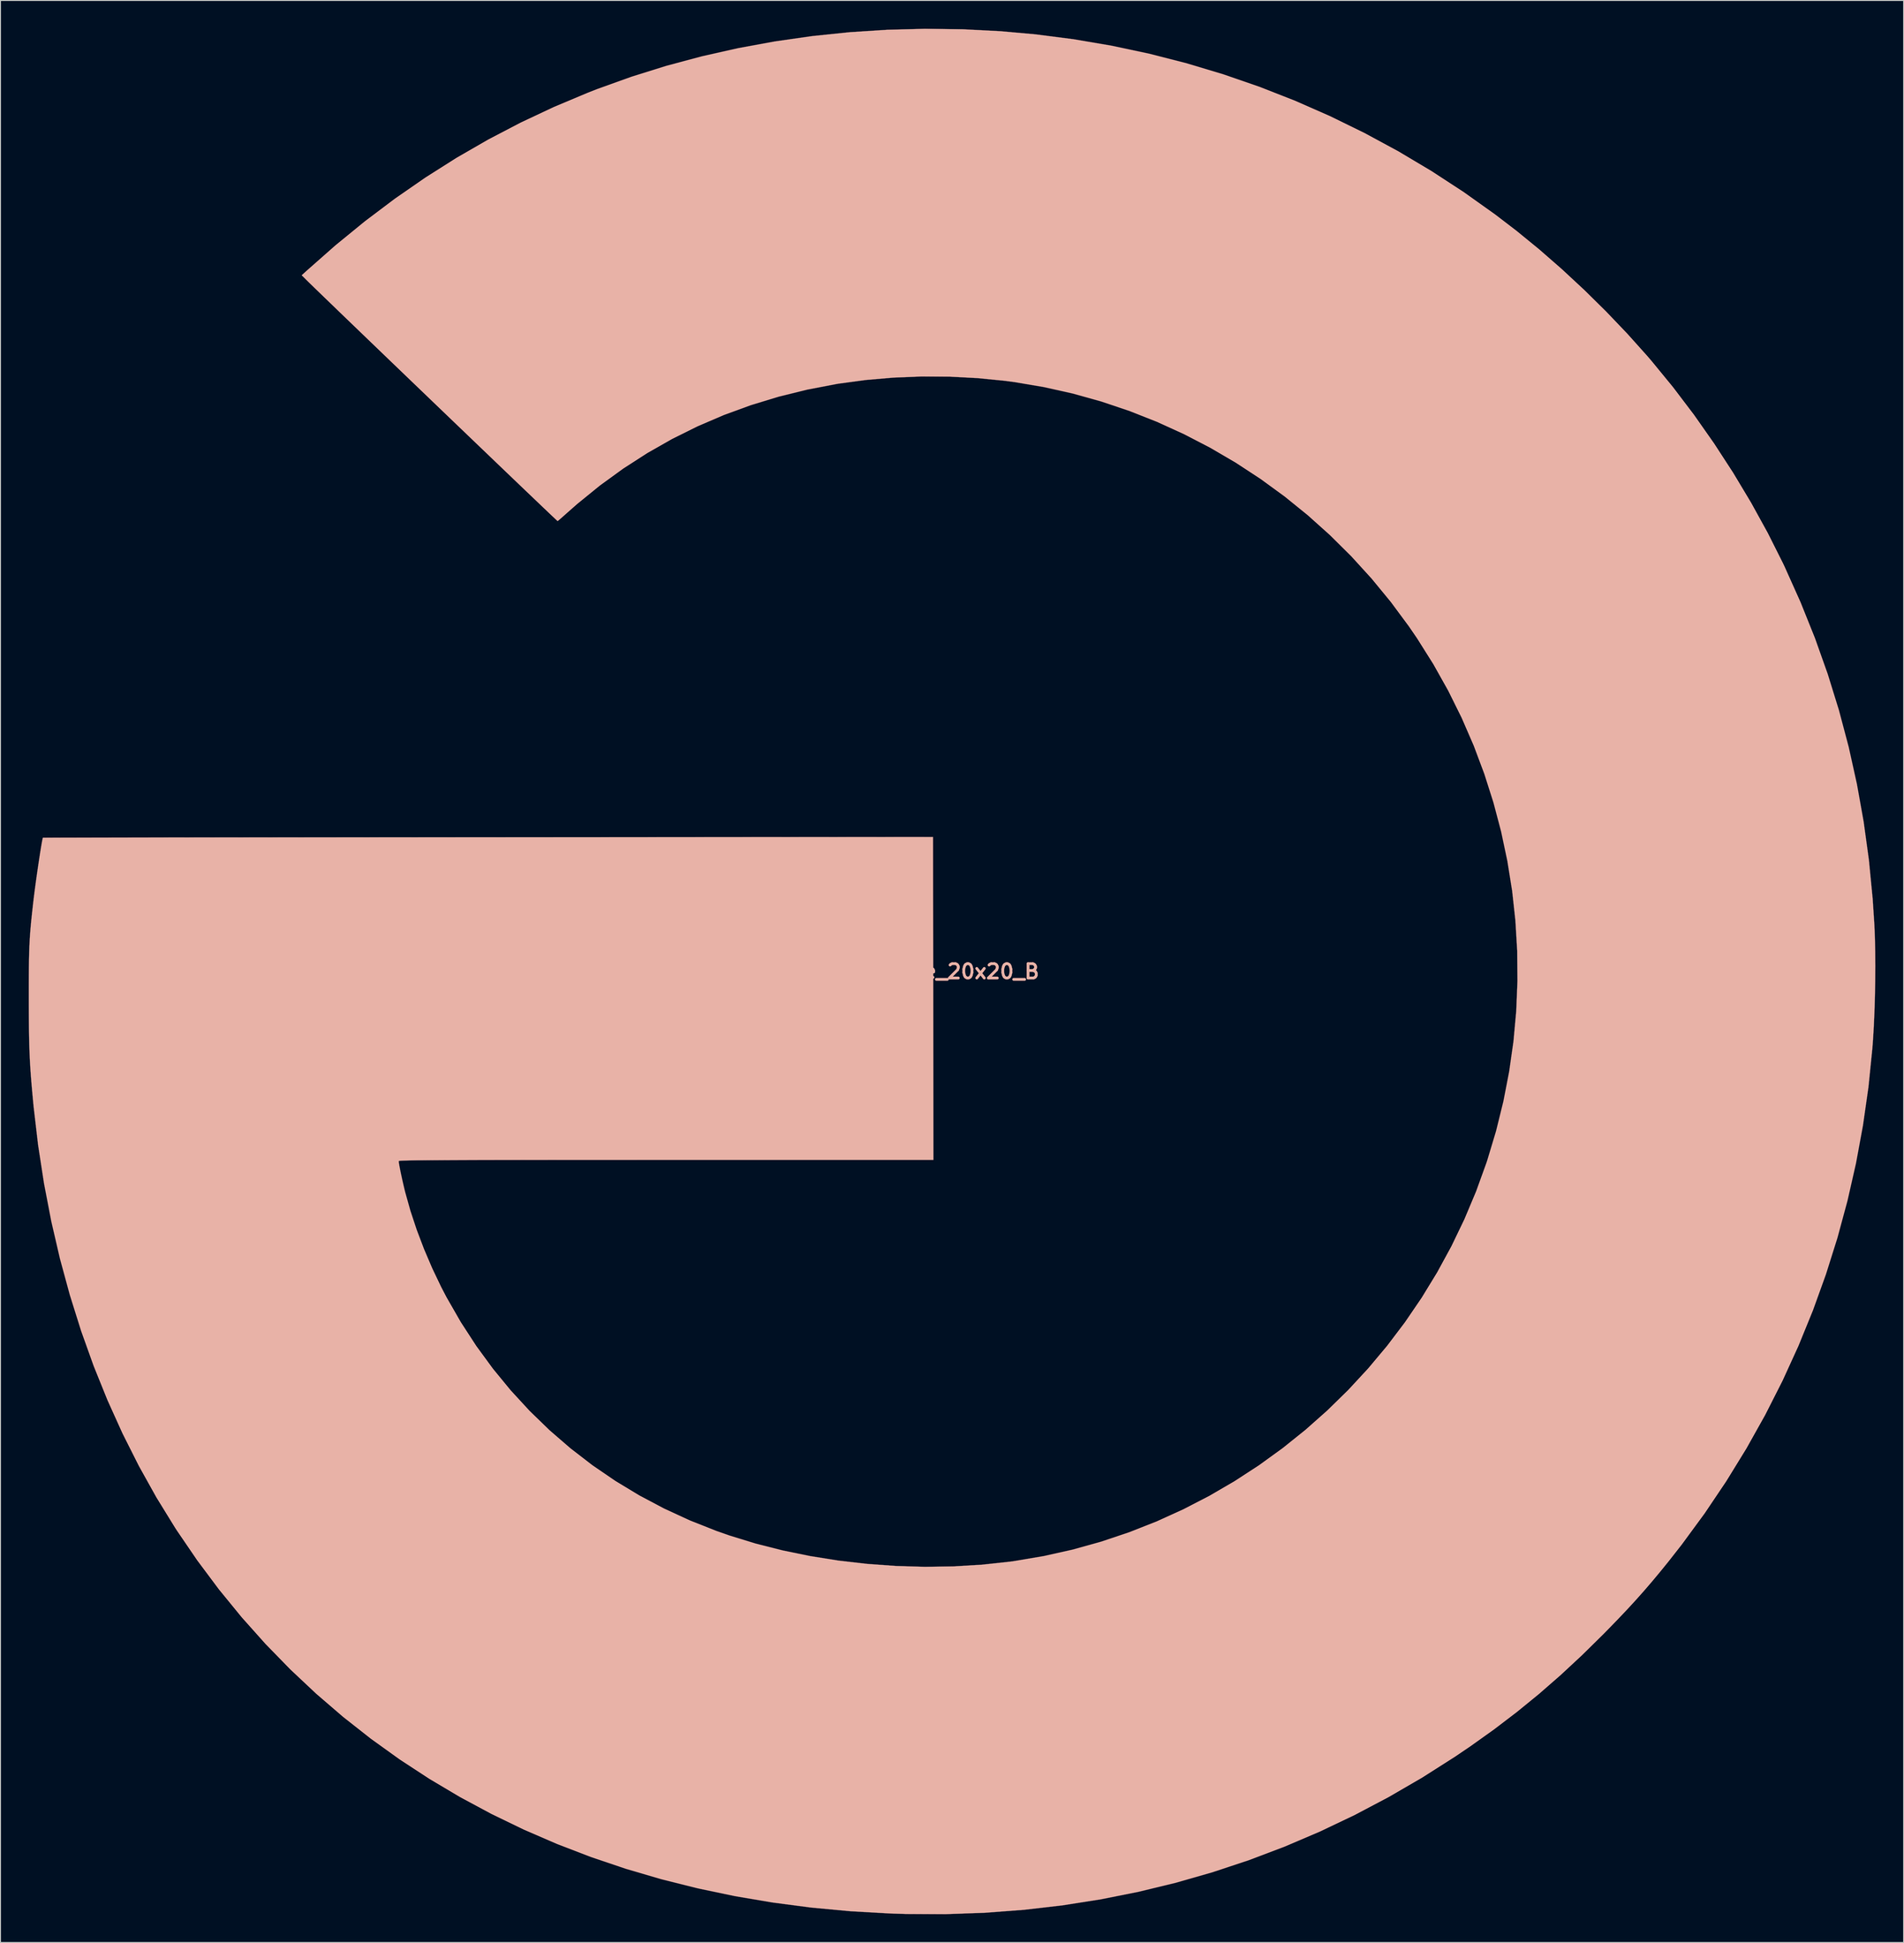
<source format=kicad_pcb>
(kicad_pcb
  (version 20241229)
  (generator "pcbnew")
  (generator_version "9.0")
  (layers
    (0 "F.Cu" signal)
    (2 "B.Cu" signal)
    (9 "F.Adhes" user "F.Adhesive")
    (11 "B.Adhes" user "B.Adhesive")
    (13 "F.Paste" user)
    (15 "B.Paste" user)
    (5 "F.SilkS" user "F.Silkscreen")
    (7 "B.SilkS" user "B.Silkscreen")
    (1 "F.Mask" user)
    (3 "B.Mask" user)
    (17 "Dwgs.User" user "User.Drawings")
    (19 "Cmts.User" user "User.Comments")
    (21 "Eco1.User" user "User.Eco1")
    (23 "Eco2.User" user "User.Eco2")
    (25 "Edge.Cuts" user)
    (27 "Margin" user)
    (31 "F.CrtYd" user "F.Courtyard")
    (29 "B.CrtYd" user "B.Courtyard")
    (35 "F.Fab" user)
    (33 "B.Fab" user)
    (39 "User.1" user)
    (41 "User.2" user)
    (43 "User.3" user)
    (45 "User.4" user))
  (footprint "google_20x20_B"
    (layer "F.Cu")
    (at 97.918 99.984)
    (property "Reference" "google_20x20_B" (at 0 0 0) (layer "B.SilkS") (effects (font (size 1.524 1.524) (thickness 0.3))))
    (attr through_hole)
    (fp_poly (pts (xy 1.146 -99.93) (xy 5.156 -99.724) (xy 8.848 -99.395) (xy 12.917 -98.873) (xy 16.95 -98.186) (xy 20.941 -97.337) (xy 24.888 -96.327) (xy 28.784 -95.157) (xy 32.626 -93.831) (xy 36.41 -92.349) (xy 40.131 -90.713) (xy 43.784 -88.925) (xy 47.366 -86.987) (xy 50.871 -84.901) (xy 54.296 -82.668) (xy 57.636 -80.291) (xy 59.902 -78.557) (xy 62.304 -76.595) (xy 64.71 -74.495) (xy 67.088 -72.287) (xy 69.409 -69.999) (xy 71.643 -67.661) (xy 73.759 -65.301) (xy 74.216 -64.77) (xy 76.51 -61.973) (xy 78.73 -59.047) (xy 80.859 -56.015) (xy 82.884 -52.901) (xy 84.787 -49.729) (xy 86.554 -46.523) (xy 88.17 -43.306) (xy 88.35 -42.926) (xy 90.037 -39.163) (xy 91.558 -35.376) (xy 92.916 -31.558) (xy 94.11 -27.706) (xy 95.143 -23.813) (xy 96.016 -19.875) (xy 96.731 -15.885) (xy 97.287 -11.838) (xy 97.688 -7.73) (xy 97.872 -4.911) (xy 97.926 -3.581) (xy 97.958 -2.12) (xy 97.969 -0.565) (xy 97.958 1.047) (xy 97.927 2.678) (xy 97.877 4.293) (xy 97.807 5.854) (xy 97.719 7.324) (xy 97.659 8.128) (xy 97.243 12.234) (xy 96.662 16.302) (xy 95.919 20.328) (xy 95.014 24.309) (xy 93.95 28.24) (xy 92.728 32.118) (xy 91.349 35.94) (xy 89.815 39.7) (xy 88.127 43.396) (xy 86.287 47.023) (xy 84.296 50.579) (xy 82.156 54.058) (xy 79.869 57.458) (xy 77.435 60.774) (xy 75.995 62.611) (xy 75.1 63.712) (xy 74.24 64.742) (xy 73.389 65.73) (xy 72.522 66.703) (xy 71.613 67.69) (xy 70.636 68.719) (xy 69.566 69.82) (xy 69.133 70.261) (xy 66.844 72.515) (xy 64.568 74.63) (xy 62.276 76.628) (xy 59.939 78.533) (xy 57.529 80.371) (xy 55.016 82.163) (xy 53.382 83.27) (xy 49.891 85.492) (xy 46.333 87.557) (xy 42.713 89.467) (xy 39.031 91.219) (xy 35.291 92.814) (xy 31.494 94.251) (xy 27.642 95.528) (xy 23.739 96.646) (xy 19.787 97.604) (xy 15.786 98.402) (xy 11.741 99.037) (xy 7.653 99.511) (xy 3.524 99.822) (xy -0.643 99.969) (xy -4.845 99.953) (xy -6.557 99.899) (xy -10.775 99.659) (xy -14.924 99.271) (xy -19.004 98.736) (xy -23.01 98.057) (xy -26.942 97.233) (xy -30.797 96.268) (xy -34.571 95.16) (xy -38.264 93.913) (xy -41.873 92.527) (xy -45.395 91.003) (xy -48.827 89.343) (xy -52.169 87.548) (xy -55.416 85.62) (xy -58.568 83.559) (xy -61.621 81.366) (xy -64.573 79.044) (xy -67.422 76.593) (xy -70.166 74.015) (xy -72.801 71.311) (xy -75.327 68.482) (xy -77.74 65.529) (xy -80.037 62.455) (xy -82.218 59.259) (xy -82.383 59.004) (xy -84.373 55.774) (xy -86.234 52.436) (xy -87.965 48.997) (xy -89.564 45.46) (xy -91.03 41.832) (xy -92.36 38.117) (xy -93.553 34.32) (xy -94.608 30.446) (xy -95.522 26.501) (xy -96.294 22.489) (xy -96.923 18.415) (xy -97.406 14.285) (xy -97.448 13.843) (xy -97.544 12.816) (xy -97.625 11.883) (xy -97.694 11.018) (xy -97.751 10.198) (xy -97.797 9.396) (xy -97.834 8.589) (xy -97.863 7.751) (xy -97.884 6.858) (xy -97.898 5.885) (xy -97.907 4.808) (xy -97.912 3.6) (xy -97.913 2.794) (xy -97.913 1.592) (xy -97.91 0.536) (xy -97.904 -0.394) (xy -97.892 -1.22) (xy -97.875 -1.966) (xy -97.851 -2.653) (xy -97.819 -3.302) (xy -97.778 -3.937) (xy -97.727 -4.578) (xy -97.666 -5.249) (xy -97.592 -5.971) (xy -97.505 -6.766) (xy -97.447 -7.281) (xy -97.381 -7.839) (xy -97.302 -8.466) (xy -97.212 -9.143) (xy -97.115 -9.85) (xy -97.013 -10.565) (xy -96.91 -11.27) (xy -96.809 -11.943) (xy -96.713 -12.565) (xy -96.625 -13.114) (xy -96.547 -13.572) (xy -96.483 -13.917) (xy -96.437 -14.129) (xy -96.415 -14.188) (xy -96.33 -14.19) (xy -96.08 -14.191) (xy -95.67 -14.193) (xy -95.105 -14.195) (xy -94.391 -14.197) (xy -93.531 -14.198) (xy -92.53 -14.2) (xy -91.394 -14.202) (xy -90.127 -14.204) (xy -88.733 -14.206) (xy -87.219 -14.208) (xy -85.588 -14.21) (xy -83.845 -14.213) (xy -81.996 -14.215) (xy -80.044 -14.217) (xy -77.995 -14.219) (xy -75.854 -14.221) (xy -73.625 -14.223) (xy -71.313 -14.225) (xy -68.923 -14.227) (xy -66.46 -14.229) (xy -63.928 -14.231) (xy -61.333 -14.233) (xy -58.679 -14.234) (xy -55.971 -14.236) (xy -53.213 -14.238) (xy -50.411 -14.239) (xy -49.189 -14.24) (xy -1.99 -14.266) (xy -1.947 19.981) (xy -30.31 19.981) (xy -32.94 19.981) (xy -35.406 19.982) (xy -37.713 19.982) (xy -39.866 19.983) (xy -41.87 19.983) (xy -43.73 19.984) (xy -45.452 19.986) (xy -47.04 19.987) (xy -48.5 19.989) (xy -49.836 19.991) (xy -51.055 19.994) (xy -52.16 19.997) (xy -53.158 20) (xy -54.053 20.004) (xy -54.851 20.008) (xy -55.555 20.013) (xy -56.173 20.018) (xy -56.708 20.023) (xy -57.167 20.03) (xy -57.553 20.036) (xy -57.873 20.044) (xy -58.13 20.051) (xy -58.331 20.06) (xy -58.481 20.069) (xy -58.584 20.079) (xy -58.646 20.089) (xy -58.672 20.1) (xy -58.674 20.104) (xy -58.655 20.29) (xy -58.601 20.611) (xy -58.519 21.038) (xy -58.415 21.541) (xy -58.296 22.091) (xy -58.166 22.658) (xy -58.033 23.214) (xy -57.984 23.41) (xy -57.433 25.375) (xy -56.762 27.399) (xy -55.985 29.445) (xy -55.118 31.473) (xy -54.177 33.443) (xy -53.599 34.551) (xy -52.083 37.19) (xy -50.441 39.716) (xy -48.676 42.127) (xy -46.793 44.42) (xy -44.792 46.593) (xy -42.679 48.643) (xy -40.454 50.567) (xy -38.123 52.364) (xy -35.687 54.029) (xy -33.15 55.562) (xy -30.515 56.958) (xy -27.784 58.217) (xy -24.961 59.334) (xy -23.613 59.807) (xy -20.844 60.66) (xy -17.976 61.389) (xy -15.03 61.994) (xy -12.024 62.473) (xy -8.98 62.824) (xy -5.916 63.044) (xy -2.854 63.134) (xy 0.188 63.089) (xy 3.19 62.909) (xy 6.131 62.593) (xy 6.646 62.522) (xy 9.768 61.994) (xy 12.841 61.306) (xy 15.86 60.464) (xy 18.822 59.469) (xy 21.72 58.328) (xy 24.55 57.043) (xy 27.308 55.619) (xy 29.988 54.059) (xy 32.587 52.368) (xy 35.098 50.551) (xy 37.518 48.61) (xy 39.841 46.55) (xy 42.063 44.375) (xy 44.179 42.088) (xy 46.185 39.695) (xy 48.074 37.2) (xy 49.844 34.605) (xy 51.488 31.915) (xy 53.003 29.135) (xy 54.383 26.268) (xy 55.623 23.318) (xy 56.719 20.289) (xy 56.795 20.061) (xy 57.739 16.928) (xy 58.518 13.77) (xy 59.134 10.591) (xy 59.587 7.397) (xy 59.879 4.196) (xy 60.009 0.993) (xy 59.98 -2.205) (xy 59.791 -5.393) (xy 59.445 -8.565) (xy 58.94 -11.713) (xy 58.28 -14.833) (xy 57.464 -17.918) (xy 56.494 -20.961) (xy 55.37 -23.958) (xy 54.093 -26.9) (xy 52.664 -29.784) (xy 51.084 -32.601) (xy 49.354 -35.347) (xy 48.496 -36.602) (xy 46.575 -39.196) (xy 44.535 -41.676) (xy 42.382 -44.039) (xy 40.123 -46.28) (xy 37.761 -48.397) (xy 35.303 -50.387) (xy 32.754 -52.245) (xy 30.12 -53.969) (xy 27.407 -55.555) (xy 24.62 -56.999) (xy 21.764 -58.299) (xy 18.845 -59.451) (xy 15.869 -60.452) (xy 12.842 -61.298) (xy 9.768 -61.985) (xy 6.653 -62.511) (xy 5.63 -62.647) (xy 2.719 -62.936) (xy -0.243 -63.088) (xy -3.226 -63.105) (xy -6.199 -62.987) (xy -9.132 -62.734) (xy -11.993 -62.348) (xy -12.234 -62.309) (xy -15.332 -61.714) (xy -18.354 -60.969) (xy -21.3 -60.072) (xy -24.168 -59.025) (xy -26.959 -57.828) (xy -29.671 -56.482) (xy -32.303 -54.985) (xy -34.856 -53.34) (xy -37.328 -51.546) (xy -39.719 -49.603) (xy -40.752 -48.695) (xy -41.097 -48.388) (xy -41.398 -48.122) (xy -41.633 -47.919) (xy -41.779 -47.797) (xy -41.815 -47.772) (xy -41.879 -47.828) (xy -42.058 -47.995) (xy -42.346 -48.266) (xy -42.736 -48.636) (xy -43.22 -49.097) (xy -43.793 -49.643) (xy -44.448 -50.268) (xy -45.177 -50.964) (xy -45.975 -51.727) (xy -46.834 -52.548) (xy -47.747 -53.423) (xy -48.708 -54.343) (xy -49.71 -55.304) (xy -50.747 -56.297) (xy -51.811 -57.318) (xy -52.896 -58.358) (xy -53.996 -59.413) (xy -55.102 -60.475) (xy -56.209 -61.538) (xy -57.311 -62.595) (xy -58.399 -63.641) (xy -59.468 -64.667) (xy -60.51 -65.669) (xy -61.519 -66.64) (xy -62.489 -67.573) (xy -63.412 -68.461) (xy -64.281 -69.298) (xy -65.091 -70.078) (xy -65.833 -70.795) (xy -66.503 -71.441) (xy -67.091 -72.01) (xy -67.593 -72.496) (xy -68.002 -72.892) (xy -68.309 -73.193) (xy -68.495 -73.376) (xy -68.961 -73.84) (xy -68.453 -74.304) (xy -65.374 -77.018) (xy -62.247 -79.571) (xy -59.068 -81.966) (xy -55.831 -84.207) (xy -52.533 -86.296) (xy -49.166 -88.236) (xy -45.728 -90.031) (xy -42.213 -91.683) (xy -38.616 -93.195) (xy -37.598 -93.593) (xy -33.97 -94.896) (xy -30.264 -96.054) (xy -26.487 -97.064) (xy -22.65 -97.927) (xy -18.761 -98.64) (xy -14.829 -99.203) (xy -10.863 -99.615) (xy -6.873 -99.874) (xy -2.867 -99.979) (xy 1.146 -99.93)) (stroke (width 0.01) (type solid)) (fill yes) (layer "B.SilkS")))
  (gr_rect
    (start -3 -3)
    (end 198.892 202.958)
    (stroke (width 0.1) (type default))
    (fill no)
    (layer "Edge.Cuts")))
</source>
